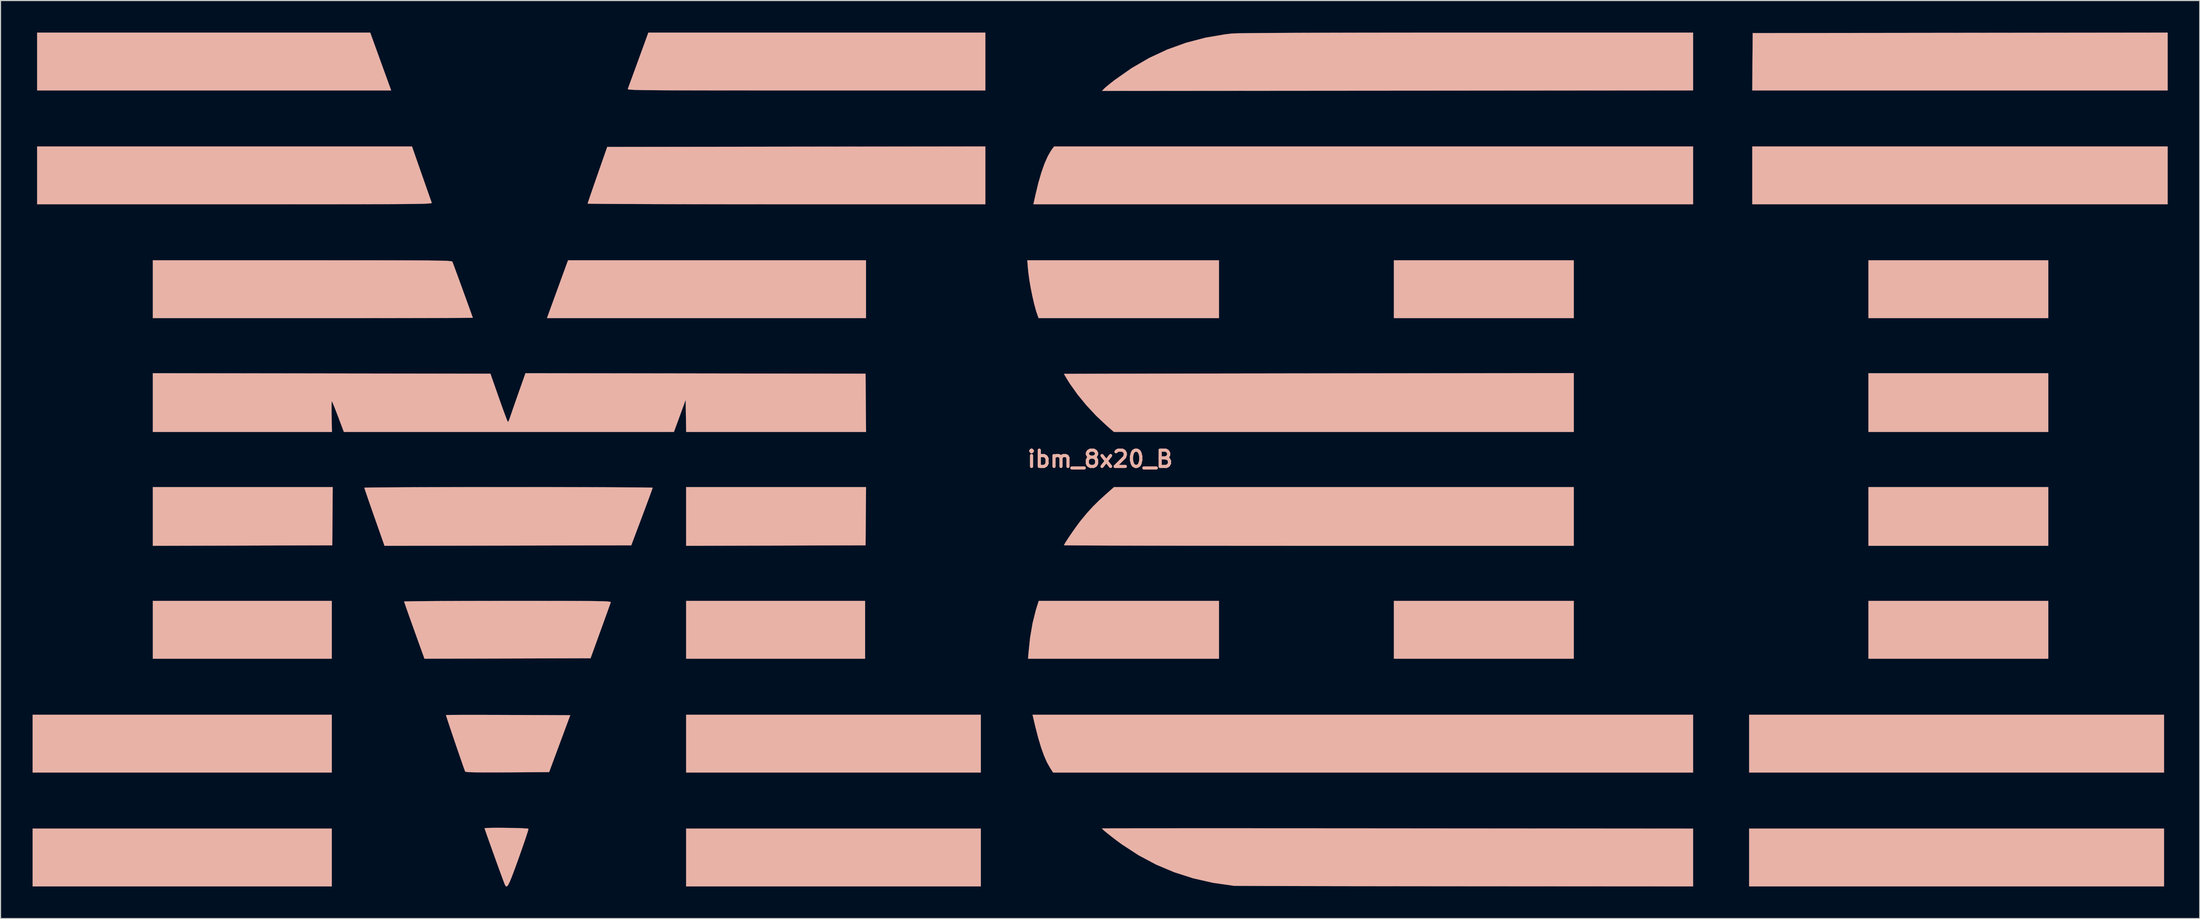
<source format=kicad_pcb>
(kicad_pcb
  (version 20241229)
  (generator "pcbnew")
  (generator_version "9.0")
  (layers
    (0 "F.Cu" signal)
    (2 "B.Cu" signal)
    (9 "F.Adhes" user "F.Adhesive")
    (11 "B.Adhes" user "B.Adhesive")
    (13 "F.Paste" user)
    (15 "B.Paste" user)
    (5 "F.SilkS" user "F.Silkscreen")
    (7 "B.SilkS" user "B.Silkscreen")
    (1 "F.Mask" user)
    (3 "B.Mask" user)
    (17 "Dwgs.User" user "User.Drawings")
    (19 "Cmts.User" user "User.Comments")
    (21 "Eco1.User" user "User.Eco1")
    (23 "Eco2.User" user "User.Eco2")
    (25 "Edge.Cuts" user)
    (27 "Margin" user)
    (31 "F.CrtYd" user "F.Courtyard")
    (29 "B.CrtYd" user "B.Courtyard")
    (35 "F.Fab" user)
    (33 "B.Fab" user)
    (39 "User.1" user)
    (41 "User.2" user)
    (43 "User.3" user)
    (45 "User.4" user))
  (footprint "ibm_8x20_B"
    (layer "F.Cu")
    (at 99.996 39.968)
    (property "Reference" "ibm_8x20_B" (at 0 0 0) (layer "B.SilkS") (effects (font (size 1.524 1.524) (thickness 0.3))))
    (attr through_hole)
    (fp_poly (pts (xy -71.967 18.711) (xy -88.731 18.711) (xy -88.731 13.293) (xy -71.967 13.293) (xy -71.967 18.711)) (stroke (width 0.01) (type solid)) (fill yes) (layer "B.SilkS"))
    (fp_poly (pts (xy -71.967 29.379) (xy -99.991 29.379) (xy -99.991 23.961) (xy -71.967 23.961) (xy -71.967 29.379)) (stroke (width 0.01) (type solid)) (fill yes) (layer "B.SilkS"))
    (fp_poly (pts (xy -71.967 40.047) (xy -99.991 40.047) (xy -99.991 34.629) (xy -71.967 34.629) (xy -71.967 40.047)) (stroke (width 0.01) (type solid)) (fill yes) (layer "B.SilkS"))
    (fp_poly (pts (xy -22.013 18.711) (xy -38.777 18.711) (xy -38.777 13.293) (xy -22.013 13.293) (xy -22.013 18.711)) (stroke (width 0.01) (type solid)) (fill yes) (layer "B.SilkS"))
    (fp_poly (pts (xy -11.176 29.379) (xy -38.777 29.379) (xy -38.777 23.961) (xy -11.176 23.961) (xy -11.176 29.379)) (stroke (width 0.01) (type solid)) (fill yes) (layer "B.SilkS"))
    (fp_poly (pts (xy -11.176 40.047) (xy -38.777 40.047) (xy -38.777 34.629) (xy -11.176 34.629) (xy -11.176 40.047)) (stroke (width 0.01) (type solid)) (fill yes) (layer "B.SilkS"))
    (fp_poly (pts (xy 44.365 -13.208) (xy 27.517 -13.208) (xy 27.517 -18.627) (xy 44.365 -18.627) (xy 44.365 -13.208)) (stroke (width 0.01) (type solid)) (fill yes) (layer "B.SilkS"))
    (fp_poly (pts (xy 44.365 18.711) (xy 27.517 18.711) (xy 27.517 13.293) (xy 44.365 13.293) (xy 44.365 18.711)) (stroke (width 0.01) (type solid)) (fill yes) (layer "B.SilkS"))
    (fp_poly (pts (xy 88.815 -13.208) (xy 71.967 -13.208) (xy 71.967 -18.627) (xy 88.815 -18.627) (xy 88.815 -13.208)) (stroke (width 0.01) (type solid)) (fill yes) (layer "B.SilkS"))
    (fp_poly (pts (xy 88.815 -2.54) (xy 71.967 -2.54) (xy 71.967 -8.043) (xy 88.815 -8.043) (xy 88.815 -2.54)) (stroke (width 0.01) (type solid)) (fill yes) (layer "B.SilkS"))
    (fp_poly (pts (xy 88.815 8.128) (xy 71.967 8.128) (xy 71.967 2.625) (xy 88.815 2.625) (xy 88.815 8.128)) (stroke (width 0.01) (type solid)) (fill yes) (layer "B.SilkS"))
    (fp_poly (pts (xy 88.815 18.711) (xy 71.967 18.711) (xy 71.967 13.293) (xy 88.815 13.293) (xy 88.815 18.711)) (stroke (width 0.01) (type solid)) (fill yes) (layer "B.SilkS"))
    (fp_poly (pts (xy 99.653 29.379) (xy 60.791 29.379) (xy 60.791 23.961) (xy 99.653 23.961) (xy 99.653 29.379)) (stroke (width 0.01) (type solid)) (fill yes) (layer "B.SilkS"))
    (fp_poly (pts (xy 99.653 40.047) (xy 60.791 40.047) (xy 60.791 34.629) (xy 99.653 34.629) (xy 99.653 40.047)) (stroke (width 0.01) (type solid)) (fill yes) (layer "B.SilkS"))
    (fp_poly (pts (xy 99.991 -23.876) (xy 61.087 -23.876) (xy 61.087 -29.295) (xy 99.991 -29.295) (xy 99.991 -23.876)) (stroke (width 0.01) (type solid)) (fill yes) (layer "B.SilkS"))
    (fp_poly (pts (xy -83.968 -39.962) (xy -68.368 -39.962) (xy -67.387 -37.253) (xy -66.405 -34.544) (xy -99.568 -34.544) (xy -99.568 -39.963) (xy -83.968 -39.962)) (stroke (width 0.01) (type solid)) (fill yes) (layer "B.SilkS"))
    (fp_poly (pts (xy -71.902 5.355) (xy -71.924 8.086) (xy -80.328 8.107) (xy -88.731 8.129) (xy -88.731 2.625) (xy -71.88 2.625) (xy -71.902 5.355)) (stroke (width 0.01) (type solid)) (fill yes) (layer "B.SilkS"))
    (fp_poly (pts (xy -21.949 5.355) (xy -21.971 8.086) (xy -30.374 8.107) (xy -38.777 8.129) (xy -38.777 2.625) (xy -21.926 2.625) (xy -21.949 5.355)) (stroke (width 0.01) (type solid)) (fill yes) (layer "B.SilkS"))
    (fp_poly (pts (xy 99.991 -34.544) (xy 80.539 -34.544) (xy 61.087 -34.544) (xy 61.106 -37.232) (xy 61.124 -39.92) (xy 80.558 -39.942) (xy 99.991 -39.963) (xy 99.991 -34.544)) (stroke (width 0.01) (type solid)) (fill yes) (layer "B.SilkS"))
    (fp_poly (pts (xy 11.134 18.711) (xy -6.748 18.711) (xy -6.716 18.267) (xy -6.562 16.766) (xy -6.327 15.385) (xy -6.015 14.138) (xy -5.957 13.949) (xy -5.75 13.293) (xy 11.134 13.293) (xy 11.134 18.711)) (stroke (width 0.01) (type solid)) (fill yes) (layer "B.SilkS"))
    (fp_poly (pts (xy -21.929 -13.208) (xy -51.813 -13.208) (xy -51.529 -13.991) (xy -51.416 -14.302) (xy -51.257 -14.736) (xy -51.067 -15.26) (xy -50.856 -15.837) (xy -50.639 -16.434) (xy -50.542 -16.701) (xy -49.839 -18.627) (xy -21.929 -18.627) (xy -21.929 -13.208)) (stroke (width 0.01) (type solid)) (fill yes) (layer "B.SilkS"))
    (fp_poly (pts (xy 55.541 -23.876) (xy -6.248 -23.876) (xy -6.058 -24.744) (xy -5.789 -25.862) (xy -5.503 -26.851) (xy -5.203 -27.7) (xy -4.891 -28.4) (xy -4.572 -28.942) (xy -4.516 -29.02) (xy -4.309 -29.295) (xy 55.541 -29.295) (xy 55.541 -23.876)) (stroke (width 0.01) (type solid)) (fill yes) (layer "B.SilkS"))
    (fp_poly (pts (xy 55.541 29.379) (xy -4.405 29.379) (xy -4.688 28.935) (xy -4.978 28.418) (xy -5.255 27.791) (xy -5.524 27.04) (xy -5.79 26.152) (xy -6.059 25.113) (xy -6.127 24.828) (xy -6.33 23.961) (xy 55.541 23.961) (xy 55.541 29.379)) (stroke (width 0.01) (type solid)) (fill yes) (layer "B.SilkS"))
    (fp_poly (pts (xy 11.134 -13.208) (xy -5.762 -13.208) (xy -5.845 -13.428) (xy -6.009 -13.922) (xy -6.177 -14.542) (xy -6.34 -15.245) (xy -6.49 -15.987) (xy -6.618 -16.726) (xy -6.715 -17.418) (xy -6.761 -17.874) (xy -6.821 -18.627) (xy 11.134 -18.627) (xy 11.134 -13.208)) (stroke (width 0.01) (type solid)) (fill yes) (layer "B.SilkS"))
    (fp_poly (pts (xy -10.753 -23.876) (xy -29.379 -23.876) (xy -31.143 -23.876) (xy -32.861 -23.877) (xy -34.526 -23.878) (xy -36.13 -23.88) (xy -37.666 -23.883) (xy -39.127 -23.885) (xy -40.503 -23.889) (xy -41.789 -23.892) (xy -42.976 -23.896) (xy -44.057 -23.901) (xy -45.023 -23.905) (xy -45.868 -23.91) (xy -46.583 -23.915) (xy -47.162 -23.921) (xy -47.596 -23.926) (xy -47.877 -23.932) (xy -47.999 -23.938) (xy -48.003 -23.939) (xy -47.976 -24.032) (xy -47.899 -24.265) (xy -47.779 -24.619) (xy -47.623 -25.075) (xy -47.437 -25.614) (xy -47.228 -26.217) (xy -47.084 -26.628) (xy -46.168 -29.252) (xy -28.46 -29.274) (xy -10.753 -29.295) (xy -10.753 -23.876)) (stroke (width 0.01) (type solid)) (fill yes) (layer "B.SilkS"))
    (fp_poly (pts (xy 55.541 -34.545) (xy 27.86 -34.523) (xy 0.18 -34.502) (xy 0.365 -34.699) (xy 0.505 -34.829) (xy 0.746 -35.031) (xy 1.052 -35.277) (xy 1.355 -35.513) (xy 2.939 -36.625) (xy 4.582 -37.579) (xy 6.285 -38.374) (xy 8.047 -39.01) (xy 9.869 -39.488) (xy 11.752 -39.808) (xy 12.349 -39.876) (xy 12.543 -39.886) (xy 12.905 -39.896) (xy 13.435 -39.905) (xy 14.13 -39.914) (xy 14.99 -39.922) (xy 16.014 -39.929) (xy 17.201 -39.935) (xy 18.55 -39.941) (xy 20.059 -39.946) (xy 21.728 -39.951) (xy 23.554 -39.955) (xy 25.539 -39.958) (xy 27.679 -39.96) (xy 29.974 -39.962) (xy 32.424 -39.962) (xy 34.384 -39.963) (xy 55.541 -39.963) (xy 55.541 -34.545)) (stroke (width 0.01) (type solid)) (fill yes) (layer "B.SilkS"))
    (fp_poly (pts (xy 44.365 -2.54) (xy 1.29 -2.54) (xy 0.582 -3.161) (xy -0.367 -4.054) (xy -1.273 -5.026) (xy -2.103 -6.037) (xy -2.82 -7.045) (xy -3.037 -7.389) (xy -3.2 -7.659) (xy -3.323 -7.866) (xy -3.384 -7.974) (xy -3.387 -7.981) (xy -3.303 -7.983) (xy -3.057 -7.985) (xy -2.655 -7.987) (xy -2.104 -7.989) (xy -1.411 -7.991) (xy -0.582 -7.994) (xy 0.376 -7.996) (xy 1.456 -7.999) (xy 2.651 -8.001) (xy 3.955 -8.004) (xy 5.361 -8.007) (xy 6.861 -8.009) (xy 8.451 -8.012) (xy 10.121 -8.015) (xy 11.867 -8.017) (xy 13.68 -8.02) (xy 15.555 -8.022) (xy 17.484 -8.025) (xy 19.462 -8.027) (xy 20.489 -8.029) (xy 44.365 -8.056) (xy 44.365 -2.54)) (stroke (width 0.01) (type solid)) (fill yes) (layer "B.SilkS"))
    (fp_poly (pts (xy -57.874 23.975) (xy -56.987 23.977) (xy -56.041 23.979) (xy -55.436 23.981) (xy -49.631 24.003) (xy -51.609 29.337) (xy -55.525 29.359) (xy -56.479 29.363) (xy -57.276 29.365) (xy -57.929 29.363) (xy -58.448 29.358) (xy -58.847 29.35) (xy -59.138 29.337) (xy -59.332 29.32) (xy -59.442 29.299) (xy -59.48 29.274) (xy -59.587 28.978) (xy -59.727 28.581) (xy -59.892 28.107) (xy -60.075 27.576) (xy -60.269 27.012) (xy -60.464 26.438) (xy -60.655 25.875) (xy -60.833 25.346) (xy -60.99 24.874) (xy -61.12 24.481) (xy -61.214 24.189) (xy -61.265 24.022) (xy -61.272 23.99) (xy -61.184 23.985) (xy -60.941 23.981) (xy -60.556 23.978) (xy -60.043 23.976) (xy -59.416 23.975) (xy -58.688 23.974) (xy -57.874 23.975)) (stroke (width 0.01) (type solid)) (fill yes) (layer "B.SilkS"))
    (fp_poly (pts (xy -63.56 -26.733) (xy -63.339 -26.103) (xy -63.135 -25.52) (xy -62.954 -25.005) (xy -62.804 -24.577) (xy -62.691 -24.257) (xy -62.623 -24.066) (xy -62.608 -24.024) (xy -62.607 -24.007) (xy -62.623 -23.992) (xy -62.661 -23.978) (xy -62.729 -23.965) (xy -62.834 -23.953) (xy -62.98 -23.942) (xy -63.176 -23.933) (xy -63.428 -23.924) (xy -63.742 -23.916) (xy -64.125 -23.909) (xy -64.584 -23.903) (xy -65.124 -23.898) (xy -65.753 -23.893) (xy -66.477 -23.89) (xy -67.303 -23.886) (xy -68.237 -23.884) (xy -69.286 -23.881) (xy -70.456 -23.88) (xy -71.754 -23.878) (xy -73.187 -23.877) (xy -74.76 -23.877) (xy -76.482 -23.876) (xy -78.357 -23.876) (xy -80.393 -23.876) (xy -81.059 -23.876) (xy -99.568 -23.876) (xy -99.568 -29.295) (xy -64.455 -29.295) (xy -63.56 -26.733)) (stroke (width 0.01) (type solid)) (fill yes) (layer "B.SilkS"))
    (fp_poly (pts (xy 44.365 8.128) (xy 20.489 8.128) (xy 18.49 8.128) (xy 16.535 8.127) (xy 14.632 8.126) (xy 12.786 8.125) (xy 11.005 8.124) (xy 9.295 8.122) (xy 7.664 8.12) (xy 6.117 8.117) (xy 4.662 8.115) (xy 3.305 8.112) (xy 2.053 8.109) (xy 0.914 8.106) (xy -0.107 8.102) (xy -1.003 8.099) (xy -1.767 8.095) (xy -2.391 8.091) (xy -2.87 8.087) (xy -3.197 8.083) (xy -3.365 8.078) (xy -3.387 8.076) (xy -3.34 7.973) (xy -3.212 7.761) (xy -3.023 7.469) (xy -2.792 7.124) (xy -2.537 6.754) (xy -2.278 6.388) (xy -2.034 6.054) (xy -1.824 5.779) (xy -1.807 5.757) (xy -1.238 5.07) (xy -0.689 4.467) (xy -0.104 3.887) (xy 0.46 3.372) (xy 1.301 2.625) (xy 44.365 2.625) (xy 44.365 8.128)) (stroke (width 0.01) (type solid)) (fill yes) (layer "B.SilkS"))
    (fp_poly (pts (xy -10.753 -34.544) (xy -27.526 -34.544) (xy -29.509 -34.544) (xy -31.33 -34.544) (xy -32.995 -34.545) (xy -34.511 -34.545) (xy -35.886 -34.546) (xy -37.126 -34.548) (xy -38.238 -34.55) (xy -39.228 -34.552) (xy -40.105 -34.555) (xy -40.874 -34.558) (xy -41.543 -34.563) (xy -42.118 -34.568) (xy -42.607 -34.573) (xy -43.015 -34.58) (xy -43.351 -34.588) (xy -43.621 -34.596) (xy -43.832 -34.606) (xy -43.99 -34.617) (xy -44.104 -34.629) (xy -44.179 -34.642) (xy -44.222 -34.656) (xy -44.24 -34.672) (xy -44.241 -34.69) (xy -44.24 -34.692) (xy -44.201 -34.798) (xy -44.112 -35.04) (xy -43.983 -35.392) (xy -43.821 -35.833) (xy -43.637 -36.336) (xy -43.438 -36.88) (xy -43.234 -37.44) (xy -43.033 -37.992) (xy -42.843 -38.512) (xy -42.674 -38.977) (xy -42.534 -39.362) (xy -42.431 -39.644) (xy -42.401 -39.73) (xy -42.317 -39.963) (xy -10.753 -39.963) (xy -10.753 -34.544)) (stroke (width 0.01) (type solid)) (fill yes) (layer "B.SilkS"))
    (fp_poly (pts (xy -57.108 -8.001) (xy -56.314 -5.736) (xy -56.107 -5.153) (xy -55.917 -4.625) (xy -55.751 -4.173) (xy -55.616 -3.818) (xy -55.52 -3.578) (xy -55.47 -3.475) (xy -55.467 -3.472) (xy -55.415 -3.546) (xy -55.333 -3.738) (xy -55.255 -3.959) (xy -55.18 -4.183) (xy -55.059 -4.536) (xy -54.903 -4.986) (xy -54.723 -5.501) (xy -54.53 -6.05) (xy -54.462 -6.244) (xy -53.827 -8.044) (xy -37.899 -8.022) (xy -21.971 -8.001) (xy -21.949 -5.271) (xy -21.926 -2.54) (xy -38.773 -2.54) (xy -38.797 -4.043) (xy -38.82 -5.546) (xy -39.92 -2.541) (xy -70.836 -2.54) (xy -71.379 -3.979) (xy -71.554 -4.438) (xy -71.71 -4.836) (xy -71.838 -5.148) (xy -71.927 -5.351) (xy -71.965 -5.419) (xy -71.978 -5.339) (xy -71.986 -5.117) (xy -71.99 -4.781) (xy -71.988 -4.358) (xy -71.982 -3.979) (xy -71.956 -2.54) (xy -88.731 -2.54) (xy -88.731 -8.044) (xy -57.108 -8.001)) (stroke (width 0.01) (type solid)) (fill yes) (layer "B.SilkS"))
    (fp_poly (pts (xy -56.126 34.556) (xy -55.621 34.561) (xy -55.114 34.569) (xy -54.634 34.58) (xy -54.209 34.594) (xy -53.867 34.611) (xy -53.637 34.629) (xy -53.546 34.649) (xy -53.561 34.737) (xy -53.629 34.966) (xy -53.741 35.317) (xy -53.893 35.77) (xy -54.078 36.306) (xy -54.289 36.908) (xy -54.454 37.373) (xy -54.732 38.145) (xy -54.961 38.768) (xy -55.148 39.254) (xy -55.299 39.614) (xy -55.42 39.86) (xy -55.517 40.004) (xy -55.597 40.056) (xy -55.666 40.029) (xy -55.731 39.934) (xy -55.783 39.815) (xy -55.862 39.61) (xy -55.982 39.288) (xy -56.135 38.873) (xy -56.313 38.386) (xy -56.507 37.85) (xy -56.709 37.29) (xy -56.911 36.728) (xy -57.105 36.186) (xy -57.282 35.689) (xy -57.434 35.258) (xy -57.553 34.918) (xy -57.63 34.69) (xy -57.658 34.599) (xy -57.578 34.581) (xy -57.357 34.568) (xy -57.023 34.56) (xy -56.603 34.556) (xy -56.126 34.556)) (stroke (width 0.01) (type solid)) (fill yes) (layer "B.SilkS"))
    (fp_poly (pts (xy -53.916 2.625) (xy -52.465 2.626) (xy -51.069 2.628) (xy -49.737 2.631) (xy -48.479 2.634) (xy -47.304 2.637) (xy -46.22 2.642) (xy -45.237 2.647) (xy -44.363 2.652) (xy -43.607 2.657) (xy -42.979 2.663) (xy -42.487 2.67) (xy -42.141 2.676) (xy -41.949 2.683) (xy -41.911 2.688) (xy -41.94 2.78) (xy -42.022 3.011) (xy -42.15 3.363) (xy -42.317 3.817) (xy -42.516 4.353) (xy -42.74 4.954) (xy -42.914 5.419) (xy -43.917 8.086) (xy -67.029 8.129) (xy -67.975 5.44) (xy -68.199 4.8) (xy -68.405 4.21) (xy -68.585 3.69) (xy -68.732 3.259) (xy -68.841 2.936) (xy -68.905 2.74) (xy -68.92 2.688) (xy -68.836 2.681) (xy -68.593 2.674) (xy -68.198 2.668) (xy -67.66 2.661) (xy -66.989 2.656) (xy -66.194 2.65) (xy -65.283 2.645) (xy -64.266 2.64) (xy -63.151 2.636) (xy -61.948 2.633) (xy -60.665 2.63) (xy -59.311 2.627) (xy -57.896 2.626) (xy -56.429 2.625) (xy -55.414 2.625) (xy -53.916 2.625)) (stroke (width 0.01) (type solid)) (fill yes) (layer "B.SilkS"))
    (fp_poly (pts (xy -54.005 13.293) (xy -52.676 13.293) (xy -51.499 13.294) (xy -50.464 13.295) (xy -49.563 13.297) (xy -48.785 13.3) (xy -48.123 13.304) (xy -47.566 13.309) (xy -47.107 13.316) (xy -46.735 13.323) (xy -46.443 13.332) (xy -46.22 13.343) (xy -46.058 13.356) (xy -45.948 13.371) (xy -45.881 13.387) (xy -45.847 13.406) (xy -45.839 13.428) (xy -45.841 13.441) (xy -45.881 13.555) (xy -45.971 13.807) (xy -46.104 14.178) (xy -46.273 14.647) (xy -46.47 15.194) (xy -46.689 15.798) (xy -46.809 16.129) (xy -47.729 18.669) (xy -55.509 18.689) (xy -63.288 18.709) (xy -64.241 16.06) (xy -64.468 15.426) (xy -64.677 14.842) (xy -64.858 14.328) (xy -65.008 13.904) (xy -65.117 13.588) (xy -65.18 13.398) (xy -65.193 13.352) (xy -65.11 13.344) (xy -64.869 13.337) (xy -64.479 13.33) (xy -63.952 13.323) (xy -63.297 13.317) (xy -62.527 13.311) (xy -61.65 13.306) (xy -60.678 13.302) (xy -59.622 13.298) (xy -58.492 13.296) (xy -57.298 13.294) (xy -56.051 13.293) (xy -55.493 13.293) (xy -54.005 13.293)) (stroke (width 0.01) (type solid)) (fill yes) (layer "B.SilkS"))
    (fp_poly (pts (xy -72.922 -18.627) (xy -71.278 -18.626) (xy -69.788 -18.626) (xy -68.444 -18.625) (xy -67.24 -18.624) (xy -66.167 -18.622) (xy -65.217 -18.619) (xy -64.384 -18.616) (xy -63.66 -18.613) (xy -63.036 -18.608) (xy -62.505 -18.602) (xy -62.061 -18.596) (xy -61.694 -18.588) (xy -61.399 -18.58) (xy -61.166 -18.57) (xy -60.988 -18.558) (xy -60.858 -18.546) (xy -60.769 -18.532) (xy -60.712 -18.516) (xy -60.68 -18.499) (xy -60.665 -18.48) (xy -60.665 -18.479) (xy -60.612 -18.34) (xy -60.513 -18.074) (xy -60.377 -17.704) (xy -60.211 -17.252) (xy -60.024 -16.741) (xy -59.824 -16.194) (xy -59.62 -15.633) (xy -59.42 -15.082) (xy -59.232 -14.564) (xy -59.065 -14.101) (xy -58.926 -13.715) (xy -58.824 -13.43) (xy -58.767 -13.269) (xy -58.759 -13.241) (xy -58.842 -13.238) (xy -59.086 -13.234) (xy -59.482 -13.231) (xy -60.022 -13.228) (xy -60.698 -13.225) (xy -61.5 -13.222) (xy -62.42 -13.22) (xy -63.45 -13.217) (xy -64.581 -13.215) (xy -65.805 -13.213) (xy -67.113 -13.211) (xy -68.497 -13.21) (xy -69.948 -13.209) (xy -71.457 -13.208) (xy -73.016 -13.208) (xy -73.745 -13.208) (xy -88.731 -13.208) (xy -88.731 -18.627) (xy -74.727 -18.627) (xy -72.922 -18.627)) (stroke (width 0.01) (type solid)) (fill yes) (layer "B.SilkS"))
    (fp_poly (pts (xy 12.183 34.6) (xy 13.897 34.6) (xy 15.693 34.601) (xy 17.565 34.602) (xy 19.505 34.602) (xy 21.508 34.604) (xy 23.568 34.605) (xy 25.678 34.606) (xy 27.832 34.608) (xy 27.855 34.608) (xy 55.541 34.629) (xy 55.541 40.047) (xy 34.184 40.034) (xy 32.291 40.032) (xy 30.44 40.031) (xy 28.638 40.029) (xy 26.895 40.027) (xy 25.215 40.025) (xy 23.608 40.023) (xy 22.079 40.021) (xy 20.636 40.018) (xy 19.288 40.016) (xy 18.04 40.013) (xy 16.9 40.01) (xy 15.875 40.008) (xy 14.973 40.005) (xy 14.201 40.002) (xy 13.566 39.999) (xy 13.076 39.996) (xy 12.737 39.994) (xy 12.557 39.991) (xy 12.531 39.99) (xy 10.586 39.713) (xy 8.727 39.291) (xy 6.948 38.721) (xy 5.245 38.003) (xy 3.611 37.133) (xy 2.043 36.111) (xy 1.566 35.761) (xy 1.065 35.377) (xy 0.665 35.062) (xy 0.377 34.823) (xy 0.21 34.668) (xy 0.169 34.612) (xy 0.253 34.61) (xy 0.5 34.608) (xy 0.903 34.606) (xy 1.457 34.605) (xy 2.155 34.604) (xy 2.992 34.603) (xy 3.96 34.602) (xy 5.053 34.601) (xy 6.266 34.601) (xy 7.591 34.6) (xy 9.023 34.6) (xy 10.556 34.6) (xy 12.183 34.6)) (stroke (width 0.01) (type solid)) (fill yes) (layer "B.SilkS")))
  (gr_rect
    (start -3 -3)
    (end 202.993 83.029)
    (stroke (width 0.1) (type default))
    (fill no)
    (layer "Edge.Cuts")))
</source>
